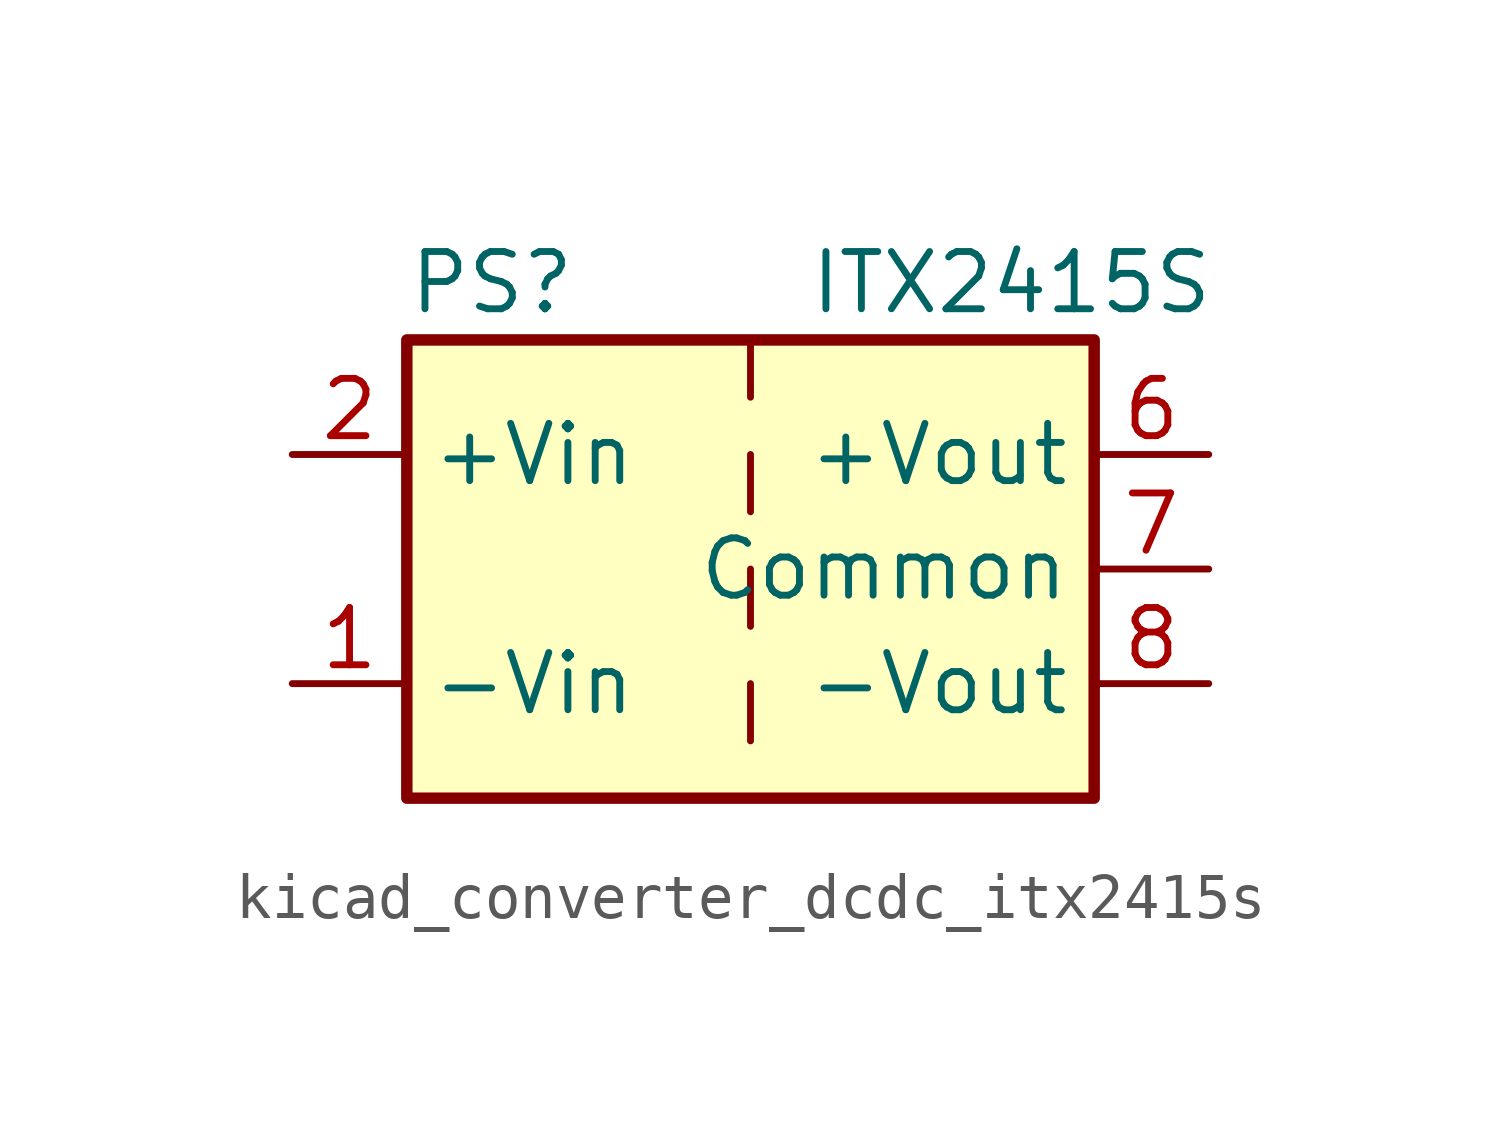
<source format=kicad_sym>
(kicad_symbol_lib
  (version 20220914)
  (generator kicad_symbol_editor)
  (symbol "kicad_converter_dcdc_itx2415s"
    (property "Reference" "PS"
      (at -7.62 6.35 0)
      (effects (font (size 1.27 1.27)) (justify left)))
    (property "Value" "ITX2415S"
      (at 1.27 6.35 0)
      (effects (font (size 1.27 1.27)) (justify left)))
    (symbol "kicad_converter_dcdc_itx2415s_0_0"
      (pin power_in line (at -10.16 -2.54 0) (length 2.54) (name "-Vin" (effects (font (size 1.27 1.27)))) (number "1" (effects (font (size 1.27 1.27)))))
      (pin power_in line (at -10.16 2.54 0) (length 2.54) (name "+Vin" (effects (font (size 1.27 1.27)))) (number "2" (effects (font (size 1.27 1.27)))))
      (pin no_connect line (at 0 -5.08 90) (length 2.54) hide (name "NC" (effects (font (size 1.27 1.27)))) (number "3" (effects (font (size 1.27 1.27)))))
      (pin no_connect line (at 0 5.08 270) (length 2.54) hide (name "NC" (effects (font (size 1.27 1.27)))) (number "5" (effects (font (size 1.27 1.27)))))
      (pin power_out line (at 10.16 2.54 180) (length 2.54) (name "+Vout" (effects (font (size 1.27 1.27)))) (number "6" (effects (font (size 1.27 1.27)))))
      (pin power_out line (at 10.16 0 180) (length 2.54) (name "Common" (effects (font (size 1.27 1.27)))) (number "7" (effects (font (size 1.27 1.27)))))
      (pin power_out line (at 10.16 -2.54 180) (length 2.54) (name "-Vout" (effects (font (size 1.27 1.27)))) (number "8" (effects (font (size 1.27 1.27))))))
    (symbol "kicad_converter_dcdc_itx2415s_0_1"
      (rectangle (start -7.62 5.08) (end 7.62 -5.08) (stroke (width 0.254) (type default)) (fill (type background)))
      (polyline (pts (xy 0 -2.54) (xy 0 -3.81)) (stroke (width 0) (type default)) (fill (type none)))
      (polyline (pts (xy 0 0) (xy 0 -1.27)) (stroke (width 0) (type default)) (fill (type none)))
      (polyline (pts (xy 0 2.54) (xy 0 1.27)) (stroke (width 0) (type default)) (fill (type none)))
      (polyline (pts (xy 0 5.08) (xy 0 3.81)) (stroke (width 0) (type default)) (fill (type none))))))
</source>
